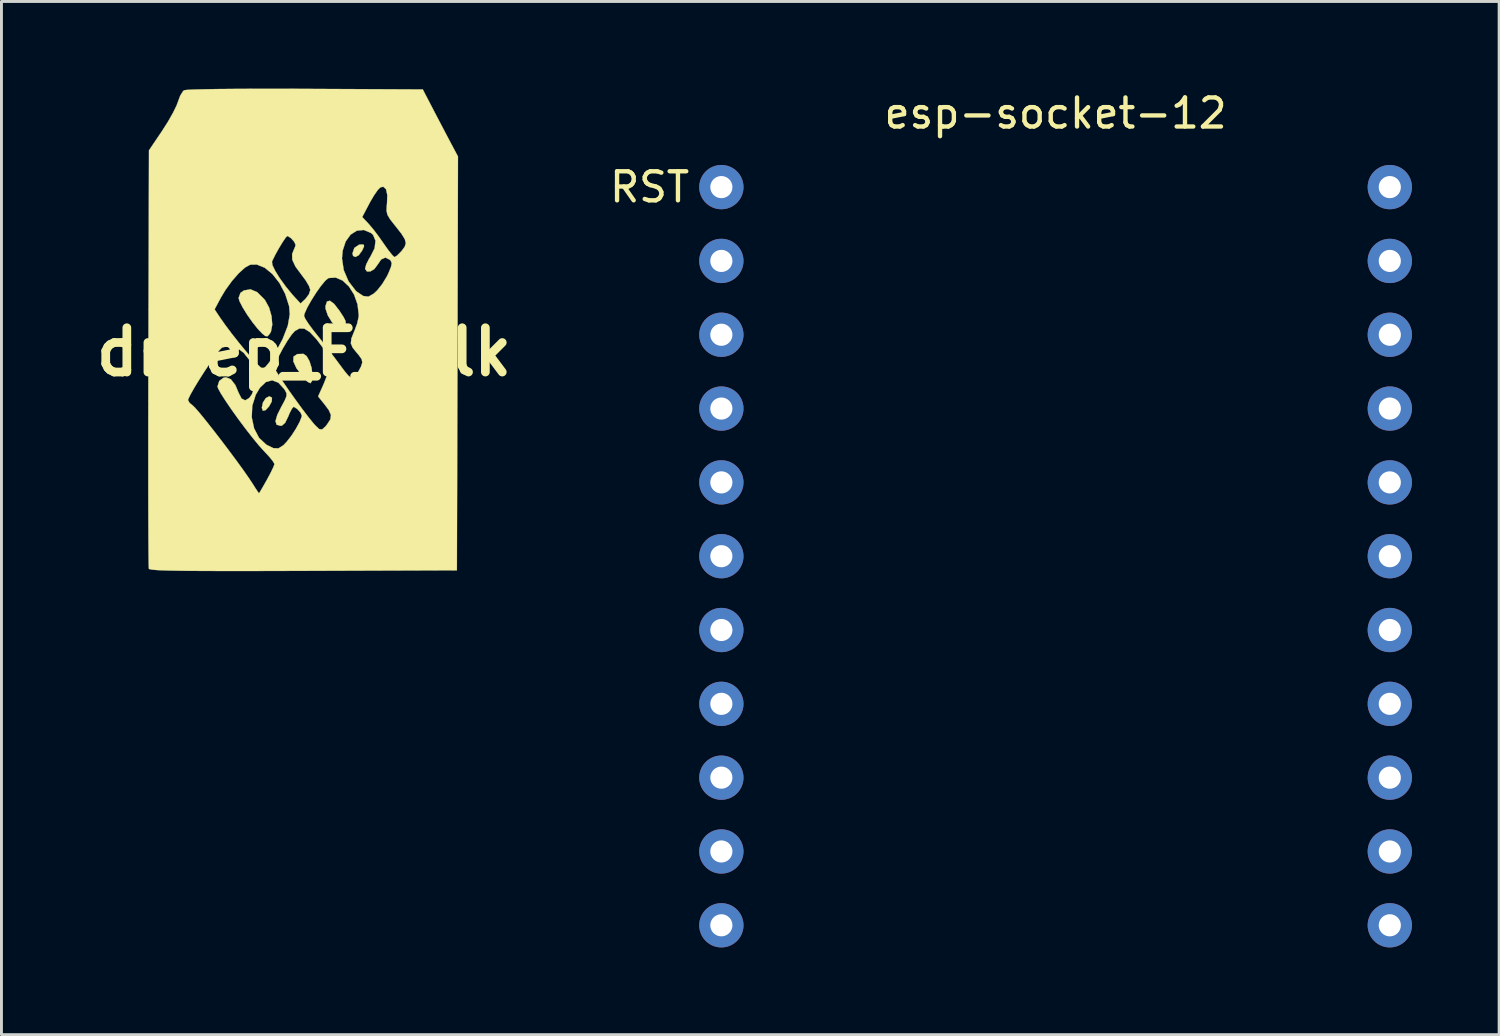
<source format=kicad_pcb>
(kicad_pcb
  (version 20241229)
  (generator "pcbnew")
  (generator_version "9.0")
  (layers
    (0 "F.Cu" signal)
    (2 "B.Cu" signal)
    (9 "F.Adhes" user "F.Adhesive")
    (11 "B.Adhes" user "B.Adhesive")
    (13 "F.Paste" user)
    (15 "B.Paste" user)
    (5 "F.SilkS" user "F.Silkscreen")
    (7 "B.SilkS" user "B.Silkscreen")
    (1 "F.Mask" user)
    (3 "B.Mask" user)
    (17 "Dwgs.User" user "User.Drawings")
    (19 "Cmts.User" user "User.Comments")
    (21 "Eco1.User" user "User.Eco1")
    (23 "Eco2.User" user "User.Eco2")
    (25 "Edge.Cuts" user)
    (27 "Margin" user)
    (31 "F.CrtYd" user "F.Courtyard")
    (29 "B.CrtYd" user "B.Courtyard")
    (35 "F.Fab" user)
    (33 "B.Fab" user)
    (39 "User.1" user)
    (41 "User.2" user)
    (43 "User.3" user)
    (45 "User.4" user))
  (footprint "drpep_F_Silk"
    (layer "F.Cu")
    (at 7.41 9.062)
    (property "Reference" "drpep_F_Silk" (at 0 0 0) (layer "F.SilkS") (effects (font (size 1.524 1.524) (thickness 0.3))))
    (attr through_hole)
    (fp_poly (pts (xy -1.102 1.572) (xy -1.11 1.703) (xy -1.202 1.871) (xy -1.324 2.002) (xy -1.415 2.02) (xy -1.451 1.921) (xy -1.451 1.918) (xy -1.411 1.736) (xy -1.313 1.586) (xy -1.195 1.524) (xy -1.102 1.572)) (stroke (width 0.01) (type solid)) (fill yes) (layer "F.SilkS"))
    (fp_poly (pts (xy 2.059 -3.69) (xy 2.065 -3.63) (xy 1.996 -3.483) (xy 1.883 -3.331) (xy 1.77 -3.27) (xy 1.689 -3.307) (xy 1.669 -3.396) (xy 1.732 -3.581) (xy 1.892 -3.69) (xy 1.976 -3.701) (xy 2.059 -3.69)) (stroke (width 0.01) (type solid)) (fill yes) (layer "F.SilkS"))
    (fp_poly (pts (xy 0.089 0.139) (xy 0.189 0.316) (xy 0.262 0.55) (xy 0.29 0.795) (xy 0.274 1.001) (xy 0.219 1.074) (xy 0.112 1.017) (xy -0.032 0.862) (xy -0.26 0.556) (xy -0.368 0.319) (xy -0.359 0.157) (xy -0.231 0.072) (xy -0.02 0.064) (xy 0.089 0.139)) (stroke (width 0.01) (type solid)) (fill yes) (layer "F.SilkS"))
    (fp_poly (pts (xy 1.035 -1.658) (xy 1.216 -1.425) (xy 1.358 -1.207) (xy 1.428 -1.071) (xy 1.437 -0.979) (xy 1.392 -0.894) (xy 1.361 -0.852) (xy 1.265 -0.774) (xy 1.158 -0.82) (xy 0.969 -1.016) (xy 0.821 -1.256) (xy 0.743 -1.486) (xy 0.739 -1.578) (xy 0.791 -1.738) (xy 0.891 -1.764) (xy 1.035 -1.658)) (stroke (width 0.01) (type solid)) (fill yes) (layer "F.SilkS"))
    (fp_poly (pts (xy -1.613 -2.06) (xy -1.375 -1.825) (xy -1.337 -1.778) (xy -1.2 -1.526) (xy -1.116 -1.23) (xy -1.093 -0.939) (xy -1.137 -0.7) (xy -1.177 -0.629) (xy -1.256 -0.541) (xy -1.331 -0.55) (xy -1.43 -0.629) (xy -1.591 -0.797) (xy -1.775 -1.028) (xy -1.956 -1.286) (xy -2.111 -1.537) (xy -2.217 -1.744) (xy -2.25 -1.86) (xy -2.185 -2.036) (xy -2.068 -2.118) (xy -1.841 -2.156) (xy -1.613 -2.06)) (stroke (width 0.01) (type solid)) (fill yes) (layer "F.SilkS"))
    (fp_poly (pts (xy -0.197 -9.055) (xy 0.044 -9.054) (xy 4.087 -9.035) (xy 4.464 -8.309) (xy 4.646 -7.961) (xy 4.831 -7.609) (xy 4.992 -7.303) (xy 5.07 -7.155) (xy 5.298 -6.727) (xy 5.28 0.392) (xy 5.261 7.511) (xy -0.02 7.53) (xy -1.059 7.533) (xy -1.962 7.535) (xy -2.736 7.535) (xy -3.391 7.533) (xy -3.934 7.53) (xy -4.375 7.524) (xy -4.721 7.517) (xy -4.981 7.507) (xy -5.164 7.495) (xy -5.278 7.48) (xy -5.331 7.463) (xy -5.337 7.457) (xy -5.342 7.372) (xy -5.346 7.153) (xy -5.35 6.809) (xy -5.353 6.349) (xy -5.355 5.784) (xy -5.357 5.123) (xy -5.358 4.378) (xy -5.358 3.556) (xy -5.358 2.669) (xy -5.356 1.727) (xy -5.356 1.656) (xy -3.991 1.656) (xy -3.935 1.754) (xy -3.838 1.832) (xy -3.75 1.916) (xy -3.593 2.097) (xy -3.383 2.354) (xy -3.136 2.667) (xy -2.867 3.015) (xy -2.592 3.378) (xy -2.327 3.734) (xy -2.088 4.064) (xy -1.891 4.346) (xy -1.778 4.517) (xy -1.658 4.705) (xy -1.574 4.83) (xy -1.548 4.862) (xy -1.51 4.804) (xy -1.42 4.65) (xy -1.296 4.432) (xy -1.276 4.397) (xy -1.149 4.16) (xy -1.056 3.967) (xy -1.016 3.859) (xy -1.016 3.854) (xy -1.064 3.766) (xy -1.188 3.611) (xy -1.361 3.425) (xy -1.547 3.22) (xy -1.77 2.949) (xy -2.014 2.636) (xy -2.262 2.304) (xy -2.301 2.249) (xy -1.798 2.249) (xy -1.717 2.628) (xy -1.548 2.953) (xy -1.298 3.188) (xy -1.292 3.191) (xy -1.058 3.308) (xy -0.879 3.316) (xy -0.707 3.207) (xy -0.589 3.082) (xy -0.431 2.878) (xy -0.277 2.64) (xy -0.152 2.411) (xy -0.081 2.234) (xy -0.073 2.185) (xy -0.123 2.078) (xy -0.233 1.959) (xy -0.342 1.889) (xy -0.358 1.887) (xy -0.415 1.948) (xy -0.496 2.105) (xy -0.54 2.213) (xy -0.648 2.435) (xy -0.758 2.532) (xy -0.807 2.54) (xy -0.942 2.501) (xy -0.98 2.378) (xy -0.919 2.164) (xy -0.789 1.902) (xy -0.665 1.672) (xy -0.604 1.526) (xy -0.6 1.425) (xy -0.646 1.327) (xy -0.678 1.277) (xy -0.88 1.055) (xy -1.094 0.973) (xy -1.31 1.031) (xy -1.515 1.226) (xy -1.661 1.471) (xy -1.781 1.852) (xy -1.798 2.249) (xy -2.301 2.249) (xy -2.496 1.977) (xy -2.701 1.676) (xy -2.86 1.427) (xy -2.955 1.251) (xy -2.975 1.185) (xy -2.916 0.997) (xy -2.767 0.885) (xy -2.682 0.871) (xy -2.515 0.94) (xy -2.362 1.138) (xy -2.253 1.397) (xy -2.15 1.601) (xy -2.024 1.664) (xy -1.884 1.583) (xy -1.794 1.458) (xy -1.687 1.169) (xy -1.677 0.858) (xy -1.749 0.548) (xy -1.887 0.263) (xy -2.076 0.026) (xy -2.301 -0.139) (xy -2.547 -0.209) (xy -2.799 -0.161) (xy -2.83 -0.145) (xy -2.913 -0.061) (xy -3.051 0.119) (xy -3.223 0.366) (xy -3.414 0.651) (xy -3.603 0.947) (xy -3.772 1.225) (xy -3.904 1.457) (xy -3.98 1.613) (xy -3.991 1.656) (xy -5.356 1.656) (xy -5.355 0.739) (xy -5.353 0.213) (xy -5.349 -1.467) (xy -3.077 -1.467) (xy -2.891 -1.187) (xy -2.709 -0.929) (xy -2.49 -0.637) (xy -2.251 -0.334) (xy -2.011 -0.041) (xy -1.788 0.219) (xy -1.602 0.423) (xy -1.47 0.55) (xy -1.418 0.581) (xy -1.357 0.538) (xy -1.016 0.538) (xy -0.975 0.63) (xy -0.863 0.813) (xy -0.698 1.062) (xy -0.498 1.354) (xy -0.278 1.662) (xy -0.058 1.963) (xy 0.146 2.232) (xy 0.317 2.444) (xy 0.385 2.522) (xy 0.521 2.651) (xy 0.623 2.665) (xy 0.739 2.561) (xy 0.793 2.494) (xy 0.907 2.32) (xy 0.928 2.169) (xy 0.854 1.999) (xy 0.715 1.812) (xy 0.487 1.528) (xy 0.679 1.099) (xy 0.819 0.741) (xy 0.871 0.448) (xy 0.83 0.182) (xy 0.689 -0.096) (xy 0.442 -0.425) (xy 0.425 -0.445) (xy 0.198 -0.687) (xy 0.009 -0.805) (xy -0.162 -0.808) (xy -0.315 -0.722) (xy -0.43 -0.593) (xy -0.576 -0.378) (xy -0.73 -0.119) (xy -0.869 0.146) (xy -0.972 0.376) (xy -1.016 0.53) (xy -1.016 0.538) (xy -1.357 0.538) (xy -1.334 0.522) (xy -1.204 0.367) (xy -1.055 0.146) (xy -1.021 0.09) (xy -0.734 -0.446) (xy -0.557 -0.903) (xy -0.497 -1.242) (xy 0.001 -1.242) (xy 0.044 -1.142) (xy 0.159 -0.965) (xy 0.324 -0.742) (xy 0.389 -0.661) (xy 0.62 -0.369) (xy 0.887 -0.023) (xy 1.139 0.312) (xy 1.194 0.386) (xy 1.387 0.646) (xy 1.517 0.804) (xy 1.604 0.878) (xy 1.67 0.885) (xy 1.735 0.841) (xy 1.742 0.835) (xy 1.867 0.679) (xy 1.961 0.504) (xy 2.006 0.363) (xy 1.986 0.25) (xy 1.886 0.108) (xy 1.823 0.035) (xy 1.674 -0.15) (xy 1.612 -0.298) (xy 1.63 -0.463) (xy 1.722 -0.696) (xy 1.74 -0.736) (xy 1.829 -0.977) (xy 1.88 -1.205) (xy 1.885 -1.27) (xy 1.843 -1.638) (xy 1.724 -1.974) (xy 1.547 -2.254) (xy 1.33 -2.458) (xy 1.091 -2.562) (xy 0.848 -2.545) (xy 0.839 -2.542) (xy 0.731 -2.453) (xy 0.58 -2.27) (xy 0.411 -2.03) (xy 0.246 -1.769) (xy 0.108 -1.522) (xy 0.02 -1.326) (xy 0.001 -1.242) (xy -0.497 -1.242) (xy -0.488 -1.292) (xy -0.511 -1.575) (xy -0.647 -2) (xy -0.844 -2.375) (xy -1.085 -2.681) (xy -1.35 -2.9) (xy -1.623 -3.01) (xy -1.848 -3.006) (xy -2.024 -2.91) (xy -2.242 -2.714) (xy -2.476 -2.448) (xy -2.699 -2.141) (xy -2.863 -1.868) (xy -3.077 -1.467) (xy -5.349 -1.467) (xy -5.344 -3.106) (xy -1.103 -3.106) (xy -1.086 -2.988) (xy -0.99 -2.789) (xy -0.833 -2.537) (xy -0.632 -2.259) (xy -0.406 -1.982) (xy -0.304 -1.869) (xy -0.118 -1.669) (xy 0.05 -1.827) (xy 0.17 -1.986) (xy 0.218 -2.137) (xy 0.173 -2.271) (xy 0.058 -2.466) (xy -0.073 -2.641) (xy -0.292 -2.937) (xy -0.402 -3.171) (xy -0.404 -3.221) (xy 1.306 -3.221) (xy 1.367 -2.817) (xy 1.533 -2.429) (xy 1.778 -2.112) (xy 1.826 -2.07) (xy 2.038 -1.927) (xy 2.217 -1.905) (xy 2.401 -2.009) (xy 2.522 -2.123) (xy 2.691 -2.337) (xy 2.853 -2.602) (xy 2.906 -2.712) (xy 2.993 -2.924) (xy 3.019 -3.05) (xy 2.989 -3.134) (xy 2.952 -3.175) (xy 2.802 -3.25) (xy 2.655 -3.185) (xy 2.527 -2.998) (xy 2.419 -2.854) (xy 2.285 -2.774) (xy 2.168 -2.77) (xy 2.107 -2.853) (xy 2.105 -2.881) (xy 2.144 -3.021) (xy 2.242 -3.213) (xy 2.286 -3.281) (xy 2.43 -3.57) (xy 2.461 -3.828) (xy 2.377 -4.032) (xy 2.306 -4.096) (xy 2.057 -4.2) (xy 1.816 -4.175) (xy 1.602 -4.038) (xy 1.434 -3.804) (xy 1.331 -3.491) (xy 1.306 -3.221) (xy -0.404 -3.221) (xy -0.409 -3.366) (xy -0.369 -3.472) (xy -0.306 -3.619) (xy -0.29 -3.691) (xy -0.34 -3.799) (xy -0.449 -3.919) (xy -0.558 -3.989) (xy -0.574 -3.991) (xy -0.633 -3.933) (xy -0.735 -3.783) (xy -0.859 -3.579) (xy -0.982 -3.358) (xy -1.081 -3.158) (xy -1.103 -3.106) (xy -5.344 -3.106) (xy -5.34 -4.645) (xy 2.003 -4.645) (xy 2.225 -4.409) (xy 2.38 -4.226) (xy 2.571 -3.975) (xy 2.75 -3.719) (xy 2.904 -3.501) (xy 3.032 -3.341) (xy 3.11 -3.267) (xy 3.117 -3.266) (xy 3.2 -3.316) (xy 3.328 -3.443) (xy 3.365 -3.485) (xy 3.466 -3.623) (xy 3.504 -3.746) (xy 3.469 -3.885) (xy 3.354 -4.069) (xy 3.151 -4.329) (xy 3.134 -4.349) (xy 2.965 -4.564) (xy 2.874 -4.717) (xy 2.84 -4.857) (xy 2.848 -5.032) (xy 2.856 -5.102) (xy 2.867 -5.399) (xy 2.823 -5.599) (xy 2.731 -5.687) (xy 2.628 -5.666) (xy 2.534 -5.571) (xy 2.405 -5.383) (xy 2.265 -5.143) (xy 2.254 -5.121) (xy 2.003 -4.645) (xy -5.34 -4.645) (xy -5.334 -6.939) (xy -4.878 -7.614) (xy -4.681 -7.924) (xy -4.509 -8.227) (xy -4.384 -8.482) (xy -4.335 -8.614) (xy -4.257 -8.824) (xy -4.161 -8.975) (xy -4.123 -9.006) (xy -4.026 -9.019) (xy -3.795 -9.031) (xy -3.44 -9.04) (xy -2.973 -9.048) (xy -2.404 -9.053) (xy -1.745 -9.056) (xy -1.005 -9.057) (xy -0.197 -9.055)) (stroke (width 0.01) (type solid)) (fill yes) (layer "F.SilkS")))
  (footprint "esp-socket-12"
    (layer "F.Cu")
    (at 33.271 3.388)
    (property "Reference" "esp-socket-12" (at 0 -2.54 0) (layer "F.SilkS") (effects (font (size 1 1) (thickness 0.15))))
    (attr through_hole)
    (fp_text user "RST" (at -13.97 0 0) (layer "F.SilkS") (effects (font (size 1 1) (thickness 0.15))))
    (pad "1" thru_hole circle (at -11.5 0) (size 1.524 1.524) (drill 0.762) (layers "*.Cu" "*.Mask"))
    (pad "2" thru_hole circle (at -11.5 2.54) (size 1.524 1.524) (drill 0.762) (layers "*.Cu" "*.Mask"))
    (pad "3" thru_hole circle (at -11.5 5.08) (size 1.524 1.524) (drill 0.762) (layers "*.Cu" "*.Mask"))
    (pad "4" thru_hole circle (at -11.5 7.62) (size 1.524 1.524) (drill 0.762) (layers "*.Cu" "*.Mask"))
    (pad "5" thru_hole circle (at -11.5 10.16) (size 1.524 1.524) (drill 0.762) (layers "*.Cu" "*.Mask"))
    (pad "6" thru_hole circle (at -11.5 12.7) (size 1.524 1.524) (drill 0.762) (layers "*.Cu" "*.Mask"))
    (pad "7" thru_hole circle (at -11.5 15.24) (size 1.524 1.524) (drill 0.762) (layers "*.Cu" "*.Mask"))
    (pad "8" thru_hole circle (at -11.5 17.78) (size 1.524 1.524) (drill 0.762) (layers "*.Cu" "*.Mask"))
    (pad "9" thru_hole circle (at -11.5 20.32) (size 1.524 1.524) (drill 0.762) (layers "*.Cu" "*.Mask"))
    (pad "10" thru_hole circle (at -11.5 22.86) (size 1.524 1.524) (drill 0.762) (layers "*.Cu" "*.Mask"))
    (pad "11" thru_hole circle (at -11.5 25.4) (size 1.524 1.524) (drill 0.762) (layers "*.Cu" "*.Mask"))
    (pad "12" thru_hole circle (at 11.5 0) (size 1.524 1.524) (drill 0.762) (layers "*.Cu" "*.Mask"))
    (pad "13" thru_hole circle (at 11.5 2.54) (size 1.524 1.524) (drill 0.762) (layers "*.Cu" "*.Mask"))
    (pad "14" thru_hole circle (at 11.5 5.08) (size 1.524 1.524) (drill 0.762) (layers "*.Cu" "*.Mask"))
    (pad "15" thru_hole circle (at 11.5 7.62) (size 1.524 1.524) (drill 0.762) (layers "*.Cu" "*.Mask"))
    (pad "16" thru_hole circle (at 11.5 10.16) (size 1.524 1.524) (drill 0.762) (layers "*.Cu" "*.Mask"))
    (pad "17" thru_hole circle (at 11.5 12.7) (size 1.524 1.524) (drill 0.762) (layers "*.Cu" "*.Mask"))
    (pad "18" thru_hole circle (at 11.5 15.24) (size 1.524 1.524) (drill 0.762) (layers "*.Cu" "*.Mask"))
    (pad "19" thru_hole circle (at 11.5 17.78) (size 1.524 1.524) (drill 0.762) (layers "*.Cu" "*.Mask"))
    (pad "20" thru_hole circle (at 11.5 20.32) (size 1.524 1.524) (drill 0.762) (layers "*.Cu" "*.Mask"))
    (pad "21" thru_hole circle (at 11.5 22.86) (size 1.524 1.524) (drill 0.762) (layers "*.Cu" "*.Mask"))
    (pad "22" thru_hole circle (at 11.5 25.4) (size 1.524 1.524) (drill 0.762) (layers "*.Cu" "*.Mask")))
  (gr_rect
    (start -3 -3)
    (end 48.533 32.55)
    (stroke (width 0.1) (type default))
    (fill no)
    (layer "Edge.Cuts")))
</source>
